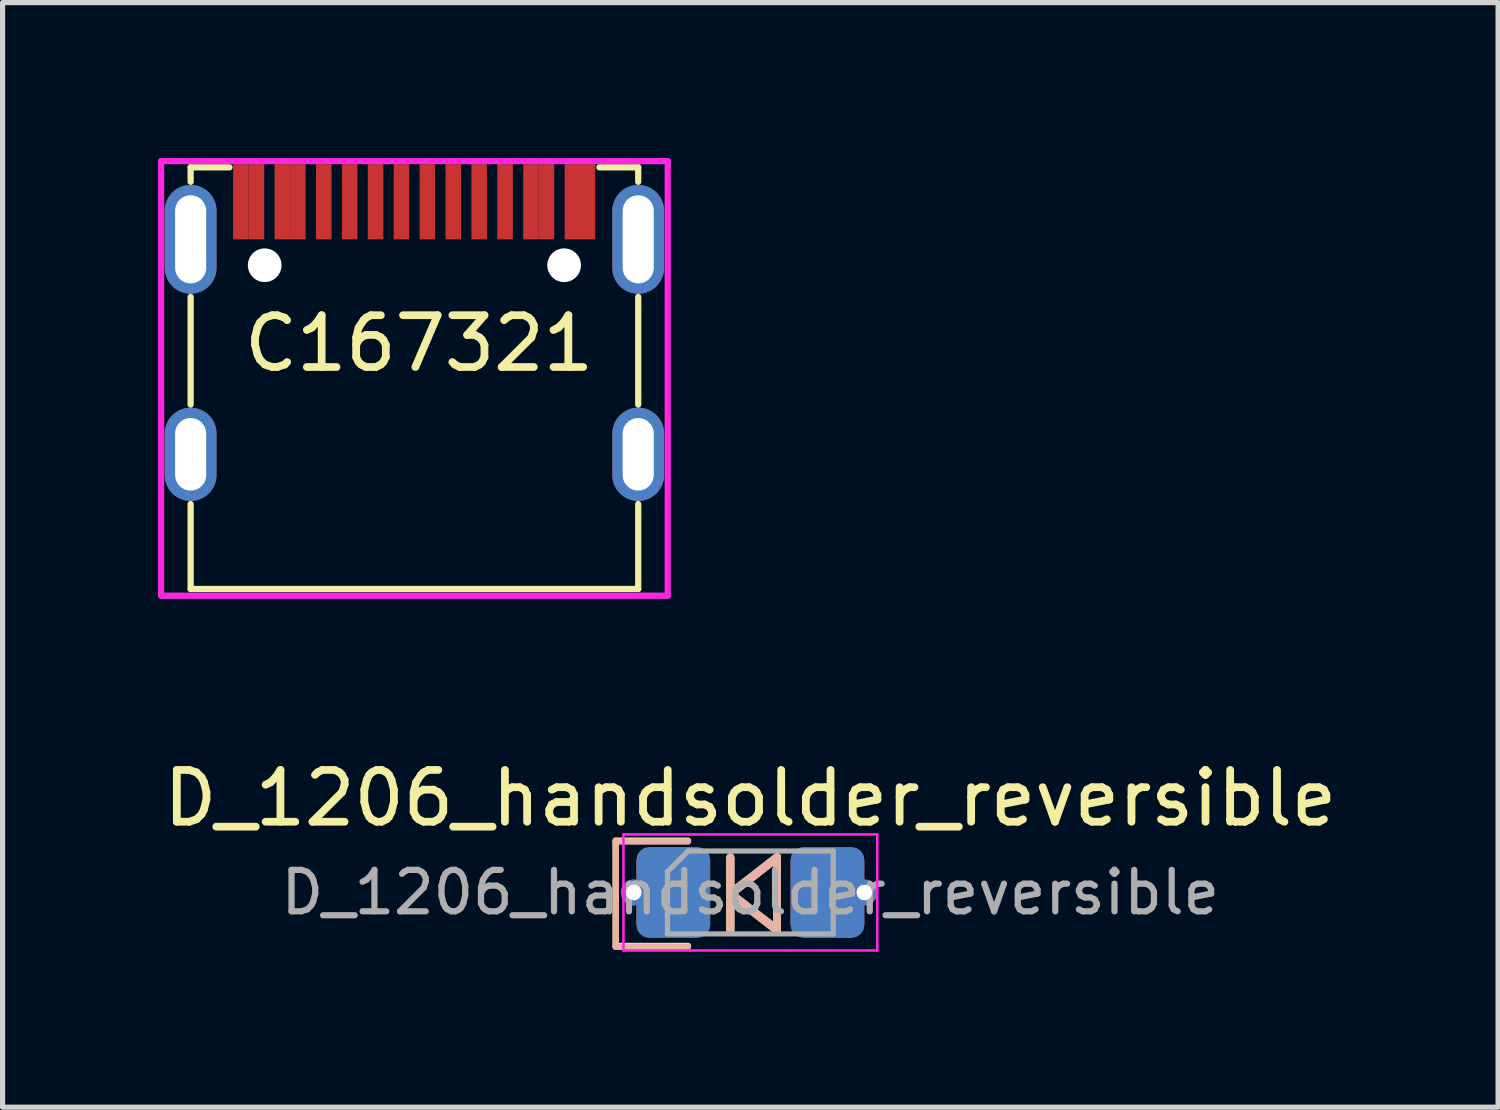
<source format=kicad_pcb>
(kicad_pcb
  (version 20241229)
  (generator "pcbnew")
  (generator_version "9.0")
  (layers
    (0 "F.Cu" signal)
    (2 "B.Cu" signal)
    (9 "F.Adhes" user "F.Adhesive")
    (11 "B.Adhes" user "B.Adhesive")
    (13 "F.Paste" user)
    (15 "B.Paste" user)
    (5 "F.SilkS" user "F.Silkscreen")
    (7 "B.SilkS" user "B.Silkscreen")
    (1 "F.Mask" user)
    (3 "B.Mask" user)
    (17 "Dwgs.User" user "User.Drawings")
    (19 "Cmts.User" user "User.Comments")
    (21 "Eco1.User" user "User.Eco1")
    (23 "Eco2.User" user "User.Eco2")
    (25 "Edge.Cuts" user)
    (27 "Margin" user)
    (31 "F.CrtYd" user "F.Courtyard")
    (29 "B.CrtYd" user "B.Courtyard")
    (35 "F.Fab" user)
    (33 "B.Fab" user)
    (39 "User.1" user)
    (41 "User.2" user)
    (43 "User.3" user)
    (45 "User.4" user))
  (footprint "C167321"
    (layer "F.Cu")
    (at 4.95 1.57)
    (property "Reference" "C167321" (at 0.09 2.01 0) (layer "F.SilkS") (effects (font (size 1 1) (thickness 0.15))))
    (attr through_hole)
    (fp_line (start -4.32 -1.39) (end -4.32 -1.11) (stroke (width 0.12) (type solid)) (layer "F.SilkS"))
    (fp_line (start -4.32 -1.39) (end -3.57 -1.39) (stroke (width 0.12) (type solid)) (layer "F.SilkS"))
    (fp_line (start -4.32 1.11) (end -4.32 3.19) (stroke (width 0.12) (type solid)) (layer "F.SilkS"))
    (fp_line (start -4.32 6.75) (end -4.32 5.11) (stroke (width 0.12) (type solid)) (layer "F.SilkS"))
    (fp_line (start -4.32 6.75) (end 4.32 6.75) (stroke (width 0.12) (type solid)) (layer "F.SilkS"))
    (fp_line (start 4.32 -1.39) (end 3.57 -1.39) (stroke (width 0.12) (type solid)) (layer "F.SilkS"))
    (fp_line (start 4.32 -1.11) (end 4.32 -1.39) (stroke (width 0.12) (type solid)) (layer "F.SilkS"))
    (fp_line (start 4.32 1.11) (end 4.32 3.19) (stroke (width 0.12) (type solid)) (layer "F.SilkS"))
    (fp_line (start 4.32 6.75) (end 4.32 5.11) (stroke (width 0.12) (type solid)) (layer "F.SilkS"))
    (fp_line (start -4.89 -1.51) (end 4.89 -1.51) (stroke (width 0.12) (type solid)) (layer "F.CrtYd"))
    (fp_line (start -4.89 6.87) (end -4.89 -1.51) (stroke (width 0.12) (type solid)) (layer "F.CrtYd"))
    (fp_line (start 4.89 -1.51) (end 4.89 6.88) (stroke (width 0.12) (type solid)) (layer "F.CrtYd"))
    (fp_line (start 4.89 6.88) (end -4.89 6.88) (stroke (width 0.12) (type solid)) (layer "F.CrtYd"))
    (pad "" np_thru_hole circle (at -2.89 0.5) (size 0.65 0.65) (drill 0.65) (layers "*.Cu" "*.Mask"))
    (pad "" np_thru_hole circle (at 2.89 0.5) (size 0.65 0.65) (drill 0.65) (layers "*.Cu" "*.Mask"))
    (pad "A1" smd rect (at -3.35 -0.725) (size 0.3 1.45) (layers "F.Cu" "F.Mask" "F.Paste"))
    (pad "A4" smd rect (at -2.55 -0.725) (size 0.3 1.45) (layers "F.Cu" "F.Mask" "F.Paste"))
    (pad "A5" smd rect (at -1.25 -0.725) (size 0.3 1.45) (layers "F.Cu" "F.Mask" "F.Paste"))
    (pad "A6" smd rect (at -0.25 -0.725) (size 0.3 1.45) (layers "F.Cu" "F.Mask" "F.Paste"))
    (pad "A7" smd rect (at 0.25 -0.725) (size 0.3 1.45) (layers "F.Cu" "F.Mask" "F.Paste"))
    (pad "A8" smd rect (at -1.75 -0.725) (size 0.3 1.45) (layers "F.Cu" "F.Mask" "F.Paste"))
    (pad "A9" smd rect (at 2.55 -0.725) (size 0.3 1.45) (layers "F.Cu" "F.Mask" "F.Paste"))
    (pad "A12" smd rect (at 3.34 -0.725) (size 0.3 1.45) (layers "F.Cu" "F.Mask" "F.Paste"))
    (pad "B1" smd rect (at 3.05 -0.725) (size 0.3 1.45) (layers "F.Cu" "F.Mask" "F.Paste"))
    (pad "B4" smd rect (at 2.25 -0.725) (size 0.3 1.45) (layers "F.Cu" "F.Mask" "F.Paste"))
    (pad "B5" smd rect (at 1.75 -0.725) (size 0.3 1.45) (layers "F.Cu" "F.Mask" "F.Paste"))
    (pad "B6" smd rect (at 0.75 -0.725) (size 0.3 1.45) (layers "F.Cu" "F.Mask" "F.Paste"))
    (pad "B7" smd rect (at -0.75 -0.725) (size 0.3 1.45) (layers "F.Cu" "F.Mask" "F.Paste"))
    (pad "B8" smd rect (at 1.25 -0.725) (size 0.3 1.45) (layers "F.Cu" "F.Mask" "F.Paste"))
    (pad "B9" smd rect (at -2.25 -0.725) (size 0.3 1.45) (layers "F.Cu" "F.Mask" "F.Paste"))
    (pad "B12" smd rect (at -3.05 -0.725) (size 0.3 1.45) (layers "F.Cu" "F.Mask" "F.Paste"))
    (pad "S1" thru_hole oval (at -4.32 0) (size 1 2.1) (drill oval 0.6 1.7) (layers "*.Cu" "*.Mask"))
    (pad "S2" thru_hole oval (at 4.32 0) (size 1 2.1) (drill oval 0.6 1.7) (layers "*.Cu" "*.Mask"))
    (pad "S3" thru_hole oval (at -4.32 4.15) (size 1 1.8) (drill oval 0.6 1.4) (layers "*.Cu" "*.Mask"))
    (pad "S4" thru_hole oval (at 4.32 4.15) (size 1 1.8) (drill oval 0.6 1.4) (layers "*.Cu" "*.Mask")))
  (footprint "D_1206_handsolder_reversible"
    (layer "F.Cu")
    (at 11.435 14.178)
    (property "Reference" "D_1206_handsolder_reversible" (at 0 -1.82 0) (layer "F.SilkS") (effects (font (size 1 1) (thickness 0.15))))
    (attr smd)
    (fp_line (start -2.6 -1) (end -2.6 1.032) (stroke (width 0.12) (type solid)) (layer "F.SilkS"))
    (fp_line (start -2.6 1.032) (end -1.203 1.032) (stroke (width 0.12) (type solid)) (layer "F.SilkS"))
    (fp_line (start -1.203 -1) (end -2.6 -1) (stroke (width 0.12) (type solid)) (layer "F.SilkS"))
    (fp_line (start -0.386 -0.684) (end -0.386 0.716) (stroke (width 0.15) (type solid)) (layer "F.SilkS"))
    (fp_line (start -0.386 0.016) (end 0.514 -0.684) (stroke (width 0.15) (type solid)) (layer "F.SilkS"))
    (fp_line (start -0.386 0.034) (end 0.514 0.734) (stroke (width 0.15) (type solid)) (layer "F.SilkS"))
    (fp_line (start -0.386 0.734) (end -0.386 -0.666) (stroke (width 0.15) (type solid)) (layer "F.SilkS"))
    (fp_line (start 0.514 -0.684) (end 0.514 0.716) (stroke (width 0.15) (type solid)) (layer "F.SilkS"))
    (fp_line (start 0.514 -0.666) (end -0.386 0.034) (stroke (width 0.15) (type solid)) (layer "F.SilkS"))
    (fp_line (start 0.514 0.716) (end -0.386 0.016) (stroke (width 0.15) (type solid)) (layer "F.SilkS"))
    (fp_line (start 0.514 0.734) (end 0.514 -0.666) (stroke (width 0.15) (type solid)) (layer "F.SilkS"))
    (fp_line (start -2.6 -0.982) (end -1.203 -0.982) (stroke (width 0.12) (type solid)) (layer "B.SilkS"))
    (fp_line (start -2.6 1.05) (end -2.6 -0.982) (stroke (width 0.12) (type solid)) (layer "B.SilkS"))
    (fp_line (start -1.203 1.05) (end -2.6 1.05) (stroke (width 0.12) (type solid)) (layer "B.SilkS"))
    (fp_line (start -0.386 -0.684) (end -0.386 0.716) (stroke (width 0.15) (type solid)) (layer "B.SilkS"))
    (fp_line (start -0.386 0.016) (end 0.514 -0.684) (stroke (width 0.15) (type solid)) (layer "B.SilkS"))
    (fp_line (start -0.386 0.034) (end 0.514 0.734) (stroke (width 0.15) (type solid)) (layer "B.SilkS"))
    (fp_line (start -0.386 0.734) (end -0.386 -0.666) (stroke (width 0.15) (type solid)) (layer "B.SilkS"))
    (fp_line (start 0.514 -0.684) (end 0.514 0.716) (stroke (width 0.15) (type solid)) (layer "B.SilkS"))
    (fp_line (start 0.514 -0.666) (end -0.386 0.034) (stroke (width 0.15) (type solid)) (layer "B.SilkS"))
    (fp_line (start 0.514 0.716) (end -0.386 0.016) (stroke (width 0.15) (type solid)) (layer "B.SilkS"))
    (fp_line (start 0.514 0.734) (end 0.514 -0.666) (stroke (width 0.15) (type solid)) (layer "B.SilkS"))
    (fp_line (start -2.45 -1.12) (end 2.45 -1.12) (stroke (width 0.05) (type solid)) (layer "F.CrtYd"))
    (fp_line (start -2.45 1.12) (end -2.45 -1.12) (stroke (width 0.05) (type solid)) (layer "F.CrtYd"))
    (fp_line (start 2.45 -1.12) (end 2.45 1.12) (stroke (width 0.05) (type solid)) (layer "F.CrtYd"))
    (fp_line (start 2.45 1.12) (end -2.45 1.12) (stroke (width 0.05) (type solid)) (layer "F.CrtYd"))
    (fp_line (start -1.6 -0.4) (end -1.6 0.8) (stroke (width 0.1) (type solid)) (layer "F.Fab"))
    (fp_line (start -1.6 0.8) (end 1.6 0.8) (stroke (width 0.1) (type solid)) (layer "F.Fab"))
    (fp_line (start -1.2 -0.8) (end -1.6 -0.4) (stroke (width 0.1) (type solid)) (layer "F.Fab"))
    (fp_line (start 1.6 -0.8) (end -1.2 -0.8) (stroke (width 0.1) (type solid)) (layer "F.Fab"))
    (fp_line (start 1.6 0.8) (end 1.6 -0.8) (stroke (width 0.1) (type solid)) (layer "F.Fab"))
    (fp_text user "${REFERENCE}" (at 0 0 0) (layer "F.Fab") (effects (font (size 0.8 0.8) (thickness 0.12))))
    (pad "1" thru_hole circle (at -2.25 0) (size 0.5 0.5) (drill 0.3) (layers "*.Cu" "*.Mask"))
    (pad "1" smd roundrect (at -1.488 0) (size 1.425 1.75) (layers "F.Cu" "F.Mask" "F.Paste") (roundrect_rratio 0.175))
    (pad "1" smd roundrect (at -1.488 0) (size 1.425 1.75) (layers "B.Cu" "B.Mask" "B.Paste") (roundrect_rratio 0.175))
    (pad "2" smd roundrect (at 1.488 0) (size 1.425 1.75) (layers "F.Cu" "F.Mask" "F.Paste") (roundrect_rratio 0.175))
    (pad "2" smd roundrect (at 1.488 0) (size 1.425 1.75) (layers "B.Cu" "B.Mask" "B.Paste") (roundrect_rratio 0.175))
    (pad "2" thru_hole circle (at 2.2 0) (size 0.5 0.5) (drill 0.3) (layers "*.Cu" "*.Mask")))
  (gr_rect
    (start -3 -3)
    (end 25.869 18.323)
    (stroke (width 0.1) (type default))
    (fill no)
    (layer "Edge.Cuts")))
</source>
